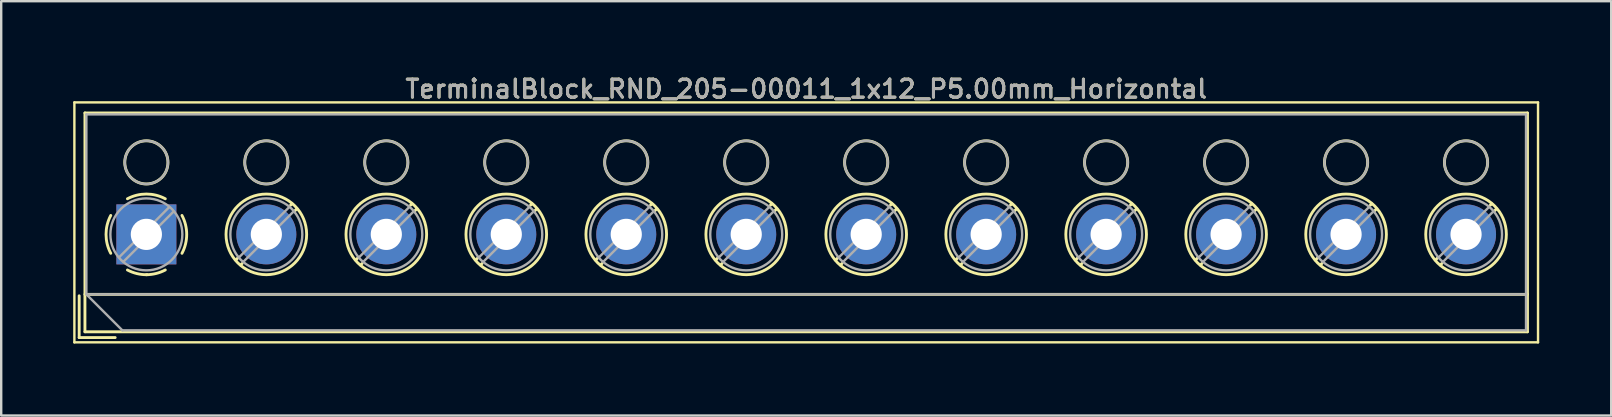
<source format=kicad_pcb>
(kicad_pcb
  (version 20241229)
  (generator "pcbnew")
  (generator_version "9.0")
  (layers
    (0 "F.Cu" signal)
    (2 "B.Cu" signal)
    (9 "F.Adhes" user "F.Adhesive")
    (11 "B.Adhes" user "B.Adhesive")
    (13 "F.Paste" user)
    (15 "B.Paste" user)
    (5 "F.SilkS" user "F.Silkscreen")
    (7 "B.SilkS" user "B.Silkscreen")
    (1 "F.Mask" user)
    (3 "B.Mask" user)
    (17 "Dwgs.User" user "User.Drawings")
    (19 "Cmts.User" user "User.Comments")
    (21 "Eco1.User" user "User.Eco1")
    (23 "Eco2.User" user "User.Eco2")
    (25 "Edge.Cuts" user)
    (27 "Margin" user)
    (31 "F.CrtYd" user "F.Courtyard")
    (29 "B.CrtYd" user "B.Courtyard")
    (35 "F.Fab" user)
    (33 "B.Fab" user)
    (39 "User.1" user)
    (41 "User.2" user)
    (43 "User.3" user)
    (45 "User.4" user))
  (footprint "TerminalBlock_RND_205-00011_1x12_P5.00mm_Horizontal"
    (layer "F.Cu")
    (at 3.05 6.718)
    (property "Reference" "TerminalBlock_RND_205-00011_1x12_P5.00mm_Horizontal" (at 27.5 -6.06 0) (layer "F.SilkS") (effects (font (size 0.75 0.75) (thickness 0.125))))
    (attr through_hole)
    (fp_line (start -3 -5.5) (end -3 4.5) (stroke (width 0.1) (type solid)) (layer "F.SilkS"))
    (fp_line (start -3 4.5) (end 58 4.5) (stroke (width 0.1) (type solid)) (layer "F.SilkS"))
    (fp_line (start -2.8 2.56) (end -2.8 4.3) (stroke (width 0.12) (type solid)) (layer "F.SilkS"))
    (fp_line (start -2.8 4.3) (end -1.3 4.3) (stroke (width 0.12) (type solid)) (layer "F.SilkS"))
    (fp_line (start -2.56 -5.06) (end -2.56 4.06) (stroke (width 0.12) (type solid)) (layer "F.SilkS"))
    (fp_line (start -2.56 -5.06) (end 57.56 -5.06) (stroke (width 0.12) (type solid)) (layer "F.SilkS"))
    (fp_line (start -2.56 2.5) (end 57.56 2.5) (stroke (width 0.12) (type solid)) (layer "F.SilkS"))
    (fp_line (start -2.56 4.06) (end 57.56 4.06) (stroke (width 0.12) (type solid)) (layer "F.SilkS"))
    (fp_line (start 3.82 0.976) (end 3.726 1.069) (stroke (width 0.12) (type solid)) (layer "F.SilkS"))
    (fp_line (start 3.99 1.216) (end 3.931 1.274) (stroke (width 0.12) (type solid)) (layer "F.SilkS"))
    (fp_line (start 6.07 -1.275) (end 6.011 -1.216) (stroke (width 0.12) (type solid)) (layer "F.SilkS"))
    (fp_line (start 6.275 -1.069) (end 6.181 -0.976) (stroke (width 0.12) (type solid)) (layer "F.SilkS"))
    (fp_line (start 8.82 0.976) (end 8.726 1.069) (stroke (width 0.12) (type solid)) (layer "F.SilkS"))
    (fp_line (start 8.99 1.216) (end 8.931 1.274) (stroke (width 0.12) (type solid)) (layer "F.SilkS"))
    (fp_line (start 11.07 -1.275) (end 11.011 -1.216) (stroke (width 0.12) (type solid)) (layer "F.SilkS"))
    (fp_line (start 11.275 -1.069) (end 11.181 -0.976) (stroke (width 0.12) (type solid)) (layer "F.SilkS"))
    (fp_line (start 13.82 0.976) (end 13.726 1.069) (stroke (width 0.12) (type solid)) (layer "F.SilkS"))
    (fp_line (start 13.99 1.216) (end 13.931 1.274) (stroke (width 0.12) (type solid)) (layer "F.SilkS"))
    (fp_line (start 16.07 -1.275) (end 16.011 -1.216) (stroke (width 0.12) (type solid)) (layer "F.SilkS"))
    (fp_line (start 16.275 -1.069) (end 16.181 -0.976) (stroke (width 0.12) (type solid)) (layer "F.SilkS"))
    (fp_line (start 18.82 0.976) (end 18.726 1.069) (stroke (width 0.12) (type solid)) (layer "F.SilkS"))
    (fp_line (start 18.99 1.216) (end 18.931 1.274) (stroke (width 0.12) (type solid)) (layer "F.SilkS"))
    (fp_line (start 21.07 -1.275) (end 21.011 -1.216) (stroke (width 0.12) (type solid)) (layer "F.SilkS"))
    (fp_line (start 21.275 -1.069) (end 21.181 -0.976) (stroke (width 0.12) (type solid)) (layer "F.SilkS"))
    (fp_line (start 23.82 0.976) (end 23.726 1.069) (stroke (width 0.12) (type solid)) (layer "F.SilkS"))
    (fp_line (start 23.99 1.216) (end 23.931 1.274) (stroke (width 0.12) (type solid)) (layer "F.SilkS"))
    (fp_line (start 26.07 -1.275) (end 26.011 -1.216) (stroke (width 0.12) (type solid)) (layer "F.SilkS"))
    (fp_line (start 26.275 -1.069) (end 26.181 -0.976) (stroke (width 0.12) (type solid)) (layer "F.SilkS"))
    (fp_line (start 28.82 0.976) (end 28.726 1.069) (stroke (width 0.12) (type solid)) (layer "F.SilkS"))
    (fp_line (start 28.99 1.216) (end 28.931 1.274) (stroke (width 0.12) (type solid)) (layer "F.SilkS"))
    (fp_line (start 31.07 -1.275) (end 31.011 -1.216) (stroke (width 0.12) (type solid)) (layer "F.SilkS"))
    (fp_line (start 31.275 -1.069) (end 31.181 -0.976) (stroke (width 0.12) (type solid)) (layer "F.SilkS"))
    (fp_line (start 33.82 0.976) (end 33.726 1.069) (stroke (width 0.12) (type solid)) (layer "F.SilkS"))
    (fp_line (start 33.99 1.216) (end 33.931 1.274) (stroke (width 0.12) (type solid)) (layer "F.SilkS"))
    (fp_line (start 36.07 -1.275) (end 36.011 -1.216) (stroke (width 0.12) (type solid)) (layer "F.SilkS"))
    (fp_line (start 36.275 -1.069) (end 36.181 -0.976) (stroke (width 0.12) (type solid)) (layer "F.SilkS"))
    (fp_line (start 38.82 0.976) (end 38.726 1.069) (stroke (width 0.12) (type solid)) (layer "F.SilkS"))
    (fp_line (start 38.99 1.216) (end 38.931 1.274) (stroke (width 0.12) (type solid)) (layer "F.SilkS"))
    (fp_line (start 41.07 -1.275) (end 41.011 -1.216) (stroke (width 0.12) (type solid)) (layer "F.SilkS"))
    (fp_line (start 41.275 -1.069) (end 41.181 -0.976) (stroke (width 0.12) (type solid)) (layer "F.SilkS"))
    (fp_line (start 43.82 0.976) (end 43.726 1.069) (stroke (width 0.12) (type solid)) (layer "F.SilkS"))
    (fp_line (start 43.99 1.216) (end 43.931 1.274) (stroke (width 0.12) (type solid)) (layer "F.SilkS"))
    (fp_line (start 46.07 -1.275) (end 46.011 -1.216) (stroke (width 0.12) (type solid)) (layer "F.SilkS"))
    (fp_line (start 46.275 -1.069) (end 46.181 -0.976) (stroke (width 0.12) (type solid)) (layer "F.SilkS"))
    (fp_line (start 48.82 0.976) (end 48.726 1.069) (stroke (width 0.12) (type solid)) (layer "F.SilkS"))
    (fp_line (start 48.99 1.216) (end 48.931 1.274) (stroke (width 0.12) (type solid)) (layer "F.SilkS"))
    (fp_line (start 51.07 -1.275) (end 51.011 -1.216) (stroke (width 0.12) (type solid)) (layer "F.SilkS"))
    (fp_line (start 51.275 -1.069) (end 51.181 -0.976) (stroke (width 0.12) (type solid)) (layer "F.SilkS"))
    (fp_line (start 53.82 0.976) (end 53.726 1.069) (stroke (width 0.12) (type solid)) (layer "F.SilkS"))
    (fp_line (start 53.99 1.216) (end 53.931 1.274) (stroke (width 0.12) (type solid)) (layer "F.SilkS"))
    (fp_line (start 56.07 -1.275) (end 56.011 -1.216) (stroke (width 0.12) (type solid)) (layer "F.SilkS"))
    (fp_line (start 56.275 -1.069) (end 56.181 -0.976) (stroke (width 0.12) (type solid)) (layer "F.SilkS"))
    (fp_line (start 57.56 -5.06) (end 57.56 4.06) (stroke (width 0.12) (type solid)) (layer "F.SilkS"))
    (fp_line (start 58 -5.5) (end -3 -5.5) (stroke (width 0.1) (type solid)) (layer "F.SilkS"))
    (fp_line (start 58 4.5) (end 58 -5.5) (stroke (width 0.1) (type solid)) (layer "F.SilkS"))
    (fp_arc (start -1.483953 0.789089) (mid -1.680708 0.00005) (end -1.484 -0.789) (stroke (width 0.12) (type solid)) (layer "F.SilkS"))
    (fp_arc (start -0.789089 -1.483953) (mid -0.00005 -1.680708) (end 0.789 -1.484) (stroke (width 0.12) (type solid)) (layer "F.SilkS"))
    (fp_arc (start 0.029383 1.68045) (mid -0.392304 1.634281) (end -0.789 1.484) (stroke (width 0.12) (type solid)) (layer "F.SilkS"))
    (fp_arc (start 0.788712 1.483352) (mid 0.406429 1.630097) (end 0 1.68) (stroke (width 0.12) (type solid)) (layer "F.SilkS"))
    (fp_arc (start 1.483953 -0.789089) (mid 1.680708 -0.00005) (end 1.484 0.789) (stroke (width 0.12) (type solid)) (layer "F.SilkS"))
    (fp_circle (center 0 -3) (end 0.9 -3) (stroke (width 0.12) (type solid)) (fill no) (layer "F.SilkS"))
    (fp_circle (center 5 -3) (end 5.9 -3) (stroke (width 0.12) (type solid)) (fill no) (layer "F.SilkS"))
    (fp_circle (center 5 0) (end 6.68 0) (stroke (width 0.12) (type solid)) (fill no) (layer "F.SilkS"))
    (fp_circle (center 10 -3) (end 10.9 -3) (stroke (width 0.12) (type solid)) (fill no) (layer "F.SilkS"))
    (fp_circle (center 10 0) (end 11.68 0) (stroke (width 0.12) (type solid)) (fill no) (layer "F.SilkS"))
    (fp_circle (center 15 -3) (end 15.9 -3) (stroke (width 0.12) (type solid)) (fill no) (layer "F.SilkS"))
    (fp_circle (center 15 0) (end 16.68 0) (stroke (width 0.12) (type solid)) (fill no) (layer "F.SilkS"))
    (fp_circle (center 20 -3) (end 20.9 -3) (stroke (width 0.12) (type solid)) (fill no) (layer "F.SilkS"))
    (fp_circle (center 20 0) (end 21.68 0) (stroke (width 0.12) (type solid)) (fill no) (layer "F.SilkS"))
    (fp_circle (center 25 -3) (end 25.9 -3) (stroke (width 0.12) (type solid)) (fill no) (layer "F.SilkS"))
    (fp_circle (center 25 0) (end 26.68 0) (stroke (width 0.12) (type solid)) (fill no) (layer "F.SilkS"))
    (fp_circle (center 30 -3) (end 30.9 -3) (stroke (width 0.12) (type solid)) (fill no) (layer "F.SilkS"))
    (fp_circle (center 30 0) (end 31.68 0) (stroke (width 0.12) (type solid)) (fill no) (layer "F.SilkS"))
    (fp_circle (center 35 -3) (end 35.9 -3) (stroke (width 0.12) (type solid)) (fill no) (layer "F.SilkS"))
    (fp_circle (center 35 0) (end 36.68 0) (stroke (width 0.12) (type solid)) (fill no) (layer "F.SilkS"))
    (fp_circle (center 40 -3) (end 40.9 -3) (stroke (width 0.12) (type solid)) (fill no) (layer "F.SilkS"))
    (fp_circle (center 40 0) (end 41.68 0) (stroke (width 0.12) (type solid)) (fill no) (layer "F.SilkS"))
    (fp_circle (center 45 -3) (end 45.9 -3) (stroke (width 0.12) (type solid)) (fill no) (layer "F.SilkS"))
    (fp_circle (center 45 0) (end 46.68 0) (stroke (width 0.12) (type solid)) (fill no) (layer "F.SilkS"))
    (fp_circle (center 50 -3) (end 50.9 -3) (stroke (width 0.12) (type solid)) (fill no) (layer "F.SilkS"))
    (fp_circle (center 50 0) (end 51.68 0) (stroke (width 0.12) (type solid)) (fill no) (layer "F.SilkS"))
    (fp_circle (center 55 -3) (end 55.9 -3) (stroke (width 0.12) (type solid)) (fill no) (layer "F.SilkS"))
    (fp_circle (center 55 0) (end 56.68 0) (stroke (width 0.12) (type solid)) (fill no) (layer "F.SilkS"))
    (fp_line (start -2.5 -5) (end 57.5 -5) (stroke (width 0.1) (type solid)) (layer "F.Fab"))
    (fp_line (start -2.5 2.5) (end -2.5 -5) (stroke (width 0.1) (type solid)) (layer "F.Fab"))
    (fp_line (start -2.5 2.5) (end 57.5 2.5) (stroke (width 0.1) (type solid)) (layer "F.Fab"))
    (fp_line (start -1 4) (end -2.5 2.5) (stroke (width 0.1) (type solid)) (layer "F.Fab"))
    (fp_line (start 0.955 -1.138) (end -1.138 0.955) (stroke (width 0.1) (type solid)) (layer "F.Fab"))
    (fp_line (start 1.138 -0.955) (end -0.955 1.138) (stroke (width 0.1) (type solid)) (layer "F.Fab"))
    (fp_line (start 5.955 -1.138) (end 3.863 0.955) (stroke (width 0.1) (type solid)) (layer "F.Fab"))
    (fp_line (start 6.138 -0.955) (end 4.046 1.138) (stroke (width 0.1) (type solid)) (layer "F.Fab"))
    (fp_line (start 10.955 -1.138) (end 8.863 0.955) (stroke (width 0.1) (type solid)) (layer "F.Fab"))
    (fp_line (start 11.138 -0.955) (end 9.046 1.138) (stroke (width 0.1) (type solid)) (layer "F.Fab"))
    (fp_line (start 15.955 -1.138) (end 13.863 0.955) (stroke (width 0.1) (type solid)) (layer "F.Fab"))
    (fp_line (start 16.138 -0.955) (end 14.046 1.138) (stroke (width 0.1) (type solid)) (layer "F.Fab"))
    (fp_line (start 20.955 -1.138) (end 18.863 0.955) (stroke (width 0.1) (type solid)) (layer "F.Fab"))
    (fp_line (start 21.138 -0.955) (end 19.046 1.138) (stroke (width 0.1) (type solid)) (layer "F.Fab"))
    (fp_line (start 25.955 -1.138) (end 23.863 0.955) (stroke (width 0.1) (type solid)) (layer "F.Fab"))
    (fp_line (start 26.138 -0.955) (end 24.046 1.138) (stroke (width 0.1) (type solid)) (layer "F.Fab"))
    (fp_line (start 30.955 -1.138) (end 28.863 0.955) (stroke (width 0.1) (type solid)) (layer "F.Fab"))
    (fp_line (start 31.138 -0.955) (end 29.046 1.138) (stroke (width 0.1) (type solid)) (layer "F.Fab"))
    (fp_line (start 35.955 -1.138) (end 33.863 0.955) (stroke (width 0.1) (type solid)) (layer "F.Fab"))
    (fp_line (start 36.138 -0.955) (end 34.046 1.138) (stroke (width 0.1) (type solid)) (layer "F.Fab"))
    (fp_line (start 40.955 -1.138) (end 38.863 0.955) (stroke (width 0.1) (type solid)) (layer "F.Fab"))
    (fp_line (start 41.138 -0.955) (end 39.046 1.138) (stroke (width 0.1) (type solid)) (layer "F.Fab"))
    (fp_line (start 45.955 -1.138) (end 43.863 0.955) (stroke (width 0.1) (type solid)) (layer "F.Fab"))
    (fp_line (start 46.138 -0.955) (end 44.046 1.138) (stroke (width 0.1) (type solid)) (layer "F.Fab"))
    (fp_line (start 50.955 -1.138) (end 48.863 0.955) (stroke (width 0.1) (type solid)) (layer "F.Fab"))
    (fp_line (start 51.138 -0.955) (end 49.046 1.138) (stroke (width 0.1) (type solid)) (layer "F.Fab"))
    (fp_line (start 55.955 -1.138) (end 53.863 0.955) (stroke (width 0.1) (type solid)) (layer "F.Fab"))
    (fp_line (start 56.138 -0.955) (end 54.046 1.138) (stroke (width 0.1) (type solid)) (layer "F.Fab"))
    (fp_line (start 57.5 -5) (end 57.5 4) (stroke (width 0.1) (type solid)) (layer "F.Fab"))
    (fp_line (start 57.5 4) (end -1 4) (stroke (width 0.1) (type solid)) (layer "F.Fab"))
    (fp_circle (center 0 -3) (end 0.9 -3) (stroke (width 0.1) (type solid)) (fill no) (layer "F.Fab"))
    (fp_circle (center 0 0) (end 1.5 0) (stroke (width 0.1) (type solid)) (fill no) (layer "F.Fab"))
    (fp_circle (center 5 -3) (end 5.9 -3) (stroke (width 0.1) (type solid)) (fill no) (layer "F.Fab"))
    (fp_circle (center 5 0) (end 6.5 0) (stroke (width 0.1) (type solid)) (fill no) (layer "F.Fab"))
    (fp_circle (center 10 -3) (end 10.9 -3) (stroke (width 0.1) (type solid)) (fill no) (layer "F.Fab"))
    (fp_circle (center 10 0) (end 11.5 0) (stroke (width 0.1) (type solid)) (fill no) (layer "F.Fab"))
    (fp_circle (center 15 -3) (end 15.9 -3) (stroke (width 0.1) (type solid)) (fill no) (layer "F.Fab"))
    (fp_circle (center 15 0) (end 16.5 0) (stroke (width 0.1) (type solid)) (fill no) (layer "F.Fab"))
    (fp_circle (center 20 -3) (end 20.9 -3) (stroke (width 0.1) (type solid)) (fill no) (layer "F.Fab"))
    (fp_circle (center 20 0) (end 21.5 0) (stroke (width 0.1) (type solid)) (fill no) (layer "F.Fab"))
    (fp_circle (center 25 -3) (end 25.9 -3) (stroke (width 0.1) (type solid)) (fill no) (layer "F.Fab"))
    (fp_circle (center 25 0) (end 26.5 0) (stroke (width 0.1) (type solid)) (fill no) (layer "F.Fab"))
    (fp_circle (center 30 -3) (end 30.9 -3) (stroke (width 0.1) (type solid)) (fill no) (layer "F.Fab"))
    (fp_circle (center 30 0) (end 31.5 0) (stroke (width 0.1) (type solid)) (fill no) (layer "F.Fab"))
    (fp_circle (center 35 -3) (end 35.9 -3) (stroke (width 0.1) (type solid)) (fill no) (layer "F.Fab"))
    (fp_circle (center 35 0) (end 36.5 0) (stroke (width 0.1) (type solid)) (fill no) (layer "F.Fab"))
    (fp_circle (center 40 -3) (end 40.9 -3) (stroke (width 0.1) (type solid)) (fill no) (layer "F.Fab"))
    (fp_circle (center 40 0) (end 41.5 0) (stroke (width 0.1) (type solid)) (fill no) (layer "F.Fab"))
    (fp_circle (center 45 -3) (end 45.9 -3) (stroke (width 0.1) (type solid)) (fill no) (layer "F.Fab"))
    (fp_circle (center 45 0) (end 46.5 0) (stroke (width 0.1) (type solid)) (fill no) (layer "F.Fab"))
    (fp_circle (center 50 -3) (end 50.9 -3) (stroke (width 0.1) (type solid)) (fill no) (layer "F.Fab"))
    (fp_circle (center 50 0) (end 51.5 0) (stroke (width 0.1) (type solid)) (fill no) (layer "F.Fab"))
    (fp_circle (center 55 -3) (end 55.9 -3) (stroke (width 0.1) (type solid)) (fill no) (layer "F.Fab"))
    (fp_circle (center 55 0) (end 56.5 0) (stroke (width 0.1) (type solid)) (fill no) (layer "F.Fab"))
    (fp_text user "${REFERENCE}" (at 27.5 -6.06 0) (layer "F.Fab") (effects (font (size 0.75 0.75) (thickness 0.125))))
    (pad "1" thru_hole rect (at 0 0) (size 2.5 2.5) (drill 1.3) (layers "*.Cu" "*.Mask"))
    (pad "2" thru_hole circle (at 5 0) (size 2.5 2.5) (drill 1.3) (layers "*.Cu" "*.Mask"))
    (pad "3" thru_hole circle (at 10 0) (size 2.5 2.5) (drill 1.3) (layers "*.Cu" "*.Mask"))
    (pad "4" thru_hole circle (at 15 0) (size 2.5 2.5) (drill 1.3) (layers "*.Cu" "*.Mask"))
    (pad "5" thru_hole circle (at 20 0) (size 2.5 2.5) (drill 1.3) (layers "*.Cu" "*.Mask"))
    (pad "6" thru_hole circle (at 25 0) (size 2.5 2.5) (drill 1.3) (layers "*.Cu" "*.Mask"))
    (pad "7" thru_hole circle (at 30 0) (size 2.5 2.5) (drill 1.3) (layers "*.Cu" "*.Mask"))
    (pad "8" thru_hole circle (at 35 0) (size 2.5 2.5) (drill 1.3) (layers "*.Cu" "*.Mask"))
    (pad "9" thru_hole circle (at 40 0) (size 2.5 2.5) (drill 1.3) (layers "*.Cu" "*.Mask"))
    (pad "10" thru_hole circle (at 45 0) (size 2.5 2.5) (drill 1.3) (layers "*.Cu" "*.Mask"))
    (pad "11" thru_hole circle (at 50 0) (size 2.5 2.5) (drill 1.3) (layers "*.Cu" "*.Mask"))
    (pad "12" thru_hole circle (at 55 0) (size 2.5 2.5) (drill 1.3) (layers "*.Cu" "*.Mask")))
  (gr_rect
    (start -3 -3)
    (end 64.1 14.268)
    (stroke (width 0.1) (type default))
    (fill no)
    (layer "Edge.Cuts")))
</source>
